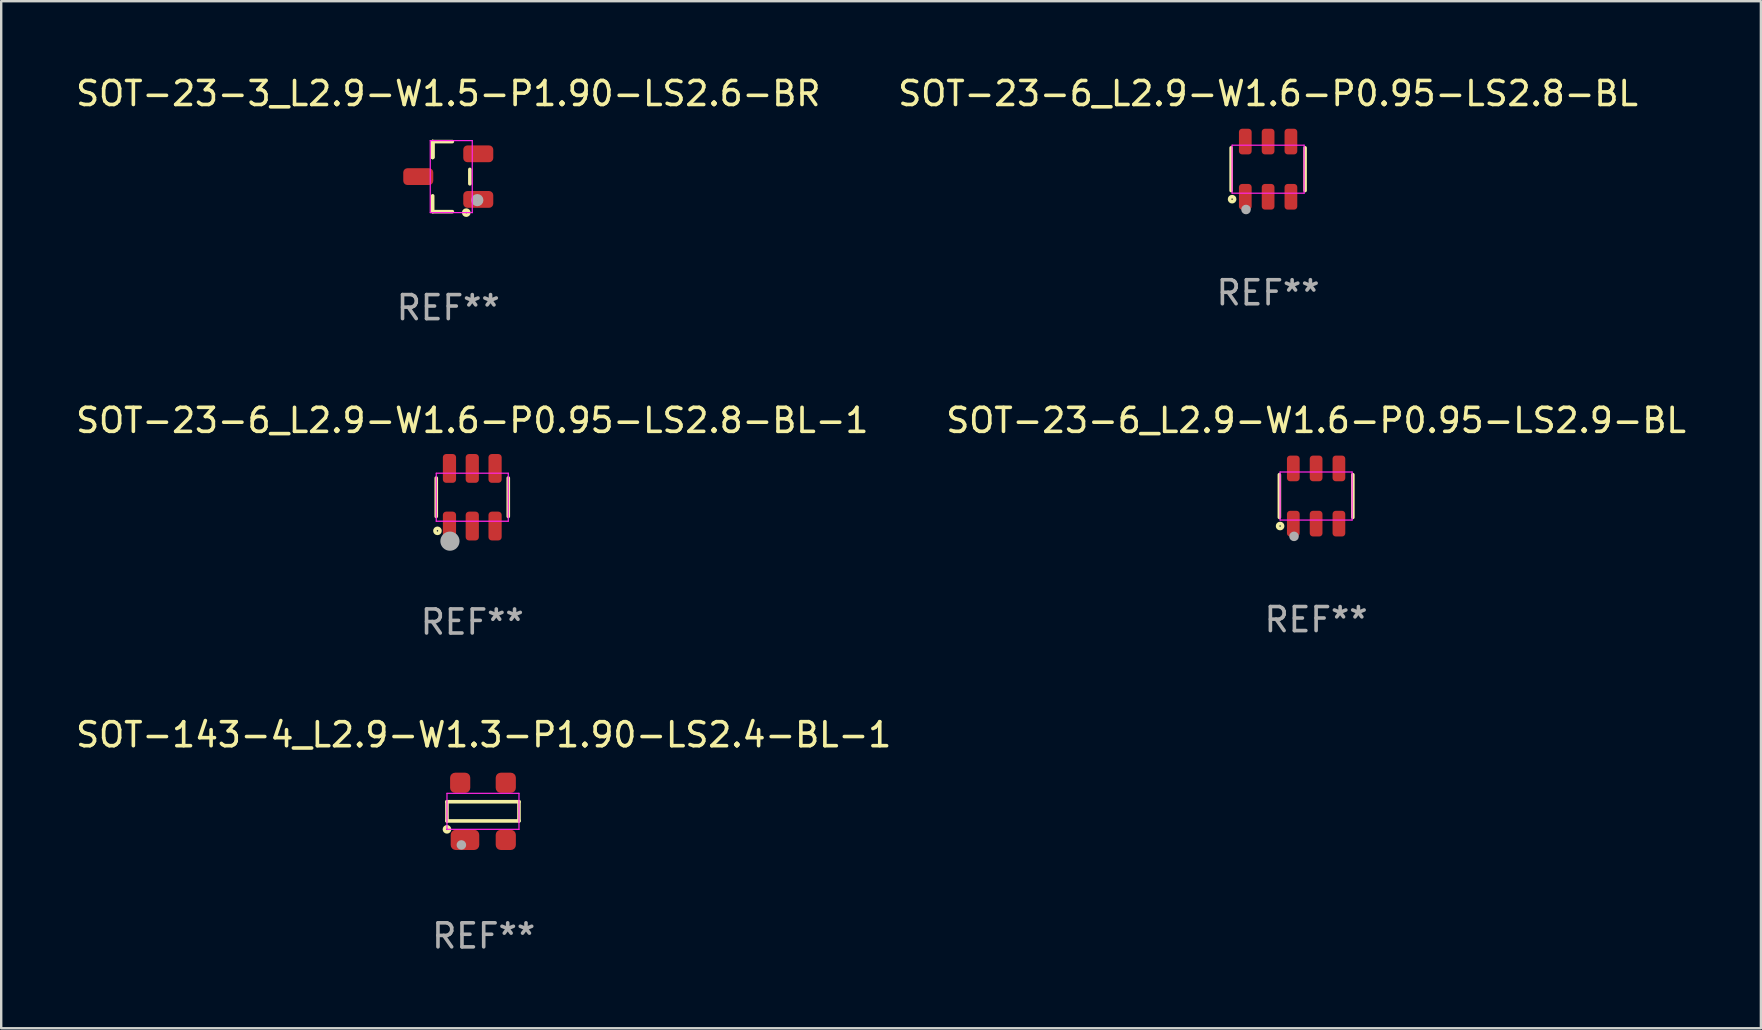
<source format=kicad_pcb>
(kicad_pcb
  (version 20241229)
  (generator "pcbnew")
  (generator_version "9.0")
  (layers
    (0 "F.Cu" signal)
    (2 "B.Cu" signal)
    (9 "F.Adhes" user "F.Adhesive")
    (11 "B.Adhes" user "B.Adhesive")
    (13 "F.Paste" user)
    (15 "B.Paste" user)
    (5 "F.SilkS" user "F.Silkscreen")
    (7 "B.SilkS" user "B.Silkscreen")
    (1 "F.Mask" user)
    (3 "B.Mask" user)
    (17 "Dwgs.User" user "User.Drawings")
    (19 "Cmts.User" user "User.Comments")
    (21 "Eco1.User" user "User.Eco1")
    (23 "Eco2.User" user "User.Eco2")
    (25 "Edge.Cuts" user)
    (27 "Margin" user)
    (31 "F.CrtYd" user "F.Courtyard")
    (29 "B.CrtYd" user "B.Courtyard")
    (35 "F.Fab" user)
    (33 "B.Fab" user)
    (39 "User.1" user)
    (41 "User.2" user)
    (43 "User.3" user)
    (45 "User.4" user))
  (footprint "SOT-23-6_L2.9-W1.6-P0.95-LS2.8-BL"
    (layer "F.Cu")
    (at 49.78 3.998)
    (property "Reference" "SOT-23-6_L2.9-W1.6-P0.95-LS2.8-BL" (at 0 -3.15 0) (layer "F.SilkS") (effects (font (size 1 1) (thickness 0.15))))
    (attr smd)
    (fp_line (start -1.54 0.89) (end -1.54 -0.89) (stroke (width 0.15) (type solid)) (layer "F.SilkS"))
    (fp_line (start 1.54 0.89) (end 1.54 -0.89) (stroke (width 0.15) (type solid)) (layer "F.SilkS"))
    (fp_circle (center -1.5 1.25) (end -1.47 1.25) (stroke (width 0.15) (type solid)) (fill no) (layer "F.SilkS"))
    (fp_line (start -1.5 -1) (end 1.5 -1) (stroke (width 0.05) (type default)) (layer "F.CrtYd"))
    (fp_line (start -1.5 1) (end -1.5 -1) (stroke (width 0.05) (type default)) (layer "F.CrtYd"))
    (fp_line (start 1.5 -1) (end 1.5 1) (stroke (width 0.05) (type default)) (layer "F.CrtYd"))
    (fp_line (start 1.5 1) (end -1.5 1) (stroke (width 0.05) (type default)) (layer "F.CrtYd"))
    (fp_circle (center -0.92 1.68) (end -0.82 1.68) (stroke (width 0.2) (type solid)) (fill no) (layer "F.Fab"))
    (fp_text user "REF**" (at 0 5.15 0) (layer "F.Fab") (effects (font (size 1 1) (thickness 0.15))))
    (pad "1" smd roundrect (at -0.95 1.15) (size 0.53 1.07) (layers "F.Cu" "F.Mask" "F.Paste") (roundrect_rratio 0.25))
    (pad "2" smd roundrect (at 0 1.15) (size 0.53 1.07) (layers "F.Cu" "F.Mask" "F.Paste") (roundrect_rratio 0.25))
    (pad "3" smd roundrect (at 0.95 1.15) (size 0.53 1.07) (layers "F.Cu" "F.Mask" "F.Paste") (roundrect_rratio 0.25))
    (pad "4" smd roundrect (at 0.95 -1.15) (size 0.53 1.07) (layers "F.Cu" "F.Mask" "F.Paste") (roundrect_rratio 0.25))
    (pad "5" smd roundrect (at 0 -1.15) (size 0.53 1.07) (layers "F.Cu" "F.Mask" "F.Paste") (roundrect_rratio 0.25))
    (pad "6" smd roundrect (at -0.95 -1.15) (size 0.53 1.07) (layers "F.Cu" "F.Mask" "F.Paste") (roundrect_rratio 0.25)))
  (footprint "SOT-23-6_L2.9-W1.6-P0.95-LS2.9-BL"
    (layer "F.Cu")
    (at 51.78 17.615)
    (property "Reference" "SOT-23-6_L2.9-W1.6-P0.95-LS2.9-BL" (at 0 -3.15 0) (layer "F.SilkS") (effects (font (size 1 1) (thickness 0.15))))
    (attr smd)
    (fp_line (start -1.53 0.89) (end -1.53 -0.89) (stroke (width 0.15) (type solid)) (layer "F.SilkS"))
    (fp_line (start 1.53 0.89) (end 1.53 -0.89) (stroke (width 0.15) (type solid)) (layer "F.SilkS"))
    (fp_circle (center -1.5 1.25) (end -1.47 1.25) (stroke (width 0.15) (type solid)) (fill no) (layer "F.SilkS"))
    (fp_line (start -1.5 -1) (end 1.5 -1) (stroke (width 0.05) (type default)) (layer "F.CrtYd"))
    (fp_line (start -1.5 1) (end -1.5 -1) (stroke (width 0.05) (type default)) (layer "F.CrtYd"))
    (fp_line (start 1.5 -1) (end 1.5 1) (stroke (width 0.05) (type default)) (layer "F.CrtYd"))
    (fp_line (start 1.5 1) (end -1.5 1) (stroke (width 0.05) (type default)) (layer "F.CrtYd"))
    (fp_circle (center -0.92 1.68) (end -0.82 1.68) (stroke (width 0.2) (type solid)) (fill no) (layer "F.Fab"))
    (fp_text user "REF**" (at 0 5.15 0) (layer "F.Fab") (effects (font (size 1 1) (thickness 0.15))))
    (pad "1" smd roundrect (at -0.95 1.15) (size 0.53 1.07) (layers "F.Cu" "F.Mask" "F.Paste") (roundrect_rratio 0.25))
    (pad "2" smd roundrect (at 0 1.15) (size 0.53 1.07) (layers "F.Cu" "F.Mask" "F.Paste") (roundrect_rratio 0.25))
    (pad "3" smd roundrect (at 0.95 1.15) (size 0.53 1.07) (layers "F.Cu" "F.Mask" "F.Paste") (roundrect_rratio 0.25))
    (pad "4" smd roundrect (at 0.95 -1.15) (size 0.53 1.07) (layers "F.Cu" "F.Mask" "F.Paste") (roundrect_rratio 0.25))
    (pad "5" smd roundrect (at 0 -1.15) (size 0.53 1.07) (layers "F.Cu" "F.Mask" "F.Paste") (roundrect_rratio 0.25))
    (pad "6" smd roundrect (at -0.95 -1.15) (size 0.53 1.07) (layers "F.Cu" "F.Mask" "F.Paste") (roundrect_rratio 0.25)))
  (footprint "SOT-23-6_L2.9-W1.6-P0.95-LS2.8-BL-1"
    (layer "F.Cu")
    (at 16.625 17.665)
    (property "Reference" "SOT-23-6_L2.9-W1.6-P0.95-LS2.8-BL-1" (at 0 -3.2 0) (layer "F.SilkS") (effects (font (size 1 1) (thickness 0.15))))
    (attr smd)
    (fp_line (start -1.5 0.8) (end -1.5 -0.8) (stroke (width 0.15) (type solid)) (layer "F.SilkS"))
    (fp_line (start 1.5 -0.8) (end 1.5 0.8) (stroke (width 0.15) (type solid)) (layer "F.SilkS"))
    (fp_circle (center -1.45 1.4) (end -1.42 1.4) (stroke (width 0.15) (type solid)) (fill no) (layer "F.SilkS"))
    (fp_line (start -1.5 -1) (end 1.5 -1) (stroke (width 0.05) (type default)) (layer "F.CrtYd"))
    (fp_line (start -1.5 1) (end -1.5 -1) (stroke (width 0.05) (type default)) (layer "F.CrtYd"))
    (fp_line (start 1.5 -1) (end 1.5 1) (stroke (width 0.05) (type default)) (layer "F.CrtYd"))
    (fp_line (start 1.5 1) (end -1.5 1) (stroke (width 0.05) (type default)) (layer "F.CrtYd"))
    (fp_circle (center -0.93 1.83) (end -0.73 1.83) (stroke (width 0.4) (type solid)) (fill no) (layer "F.Fab"))
    (fp_text user "REF**" (at 0 5.2 0) (layer "F.Fab") (effects (font (size 1 1) (thickness 0.15))))
    (pad "1" smd roundrect (at -0.95 1.2) (size 0.55 1.2) (layers "F.Cu" "F.Mask" "F.Paste") (roundrect_rratio 0.25))
    (pad "2" smd roundrect (at 0 1.2) (size 0.55 1.2) (layers "F.Cu" "F.Mask" "F.Paste") (roundrect_rratio 0.25))
    (pad "3" smd roundrect (at 0.95 1.2) (size 0.55 1.2) (layers "F.Cu" "F.Mask" "F.Paste") (roundrect_rratio 0.25))
    (pad "4" smd roundrect (at 0.95 -1.2) (size 0.55 1.2) (layers "F.Cu" "F.Mask" "F.Paste") (roundrect_rratio 0.25))
    (pad "5" smd roundrect (at 0 -1.2) (size 0.55 1.2) (layers "F.Cu" "F.Mask" "F.Paste") (roundrect_rratio 0.25))
    (pad "6" smd roundrect (at -0.95 -1.2) (size 0.55 1.2) (layers "F.Cu" "F.Mask" "F.Paste") (roundrect_rratio 0.25)))
  (footprint "SOT-23-3_L2.9-W1.5-P1.90-LS2.6-BR"
    (layer "F.Cu")
    (at 15.625 4.308)
    (property "Reference" "SOT-23-3_L2.9-W1.5-P1.90-LS2.6-BR" (at 0 -3.46 0) (layer "F.SilkS") (effects (font (size 1 1) (thickness 0.15))))
    (attr smd)
    (fp_line (start -0.65 -1.46) (end -0.65 -0.8) (stroke (width 0.15) (type solid)) (layer "F.SilkS"))
    (fp_line (start -0.65 -1.46) (end 0.17 -1.46) (stroke (width 0.15) (type solid)) (layer "F.SilkS"))
    (fp_line (start -0.65 -0.8) (end -0.65 -1.46) (stroke (width 0.15) (type solid)) (layer "F.SilkS"))
    (fp_line (start -0.65 -0.8) (end -0.65 -1.46) (stroke (width 0.15) (type solid)) (layer "F.SilkS"))
    (fp_line (start -0.65 1.46) (end -0.65 0.8) (stroke (width 0.15) (type solid)) (layer "F.SilkS"))
    (fp_line (start 0.17 1.46) (end -0.65 1.46) (stroke (width 0.15) (type solid)) (layer "F.SilkS"))
    (fp_line (start 0.9 0.3) (end 0.9 -0.3) (stroke (width 0.15) (type solid)) (layer "F.SilkS"))
    (fp_circle (center 0.75 1.5) (end 0.78 1.5) (stroke (width 0.15) (type solid)) (fill no) (layer "F.SilkS"))
    (fp_line (start -0.75 -1.5) (end -0.75 1.5) (stroke (width 0.05) (type default)) (layer "F.CrtYd"))
    (fp_line (start -0.75 1.5) (end 1 1.5) (stroke (width 0.05) (type default)) (layer "F.CrtYd"))
    (fp_line (start 1 -1.5) (end -0.75 -1.5) (stroke (width 0.05) (type default)) (layer "F.CrtYd"))
    (fp_line (start 1 1.5) (end 1 -1.5) (stroke (width 0.05) (type default)) (layer "F.CrtYd"))
    (fp_circle (center 1.21 0.98) (end 1.34 0.98) (stroke (width 0.25) (type solid)) (fill no) (layer "F.Fab"))
    (fp_text user "REF**" (at 0 5.46 0) (layer "F.Fab") (effects (font (size 1 1) (thickness 0.15))))
    (pad "1" smd roundrect (at 1.25 0.95 270) (size 0.7 1.25) (layers "F.Cu" "F.Mask" "F.Paste") (roundrect_rratio 0.25))
    (pad "2" smd roundrect (at 1.25 -0.95 270) (size 0.7 1.25) (layers "F.Cu" "F.Mask" "F.Paste") (roundrect_rratio 0.25))
    (pad "3" smd roundrect (at -1.25 0 270) (size 0.7 1.25) (layers "F.Cu" "F.Mask" "F.Paste") (roundrect_rratio 0.25)))
  (footprint "SOT-143-4_L2.9-W1.3-P1.90-LS2.4-BL-1"
    (layer "F.Cu")
    (at 17.071 30.751)
    (property "Reference" "SOT-143-4_L2.9-W1.3-P1.90-LS2.4-BL-1" (at 0.03 -3.19 0) (layer "F.SilkS") (effects (font (size 1 1) (thickness 0.15))))
    (attr smd)
    (fp_line (start -1.5 -0.4) (end -1.5 0.4) (stroke (width 0.15) (type solid)) (layer "F.SilkS"))
    (fp_line (start -1.5 -0.4) (end 1.5 -0.4) (stroke (width 0.15) (type solid)) (layer "F.SilkS"))
    (fp_line (start -1.5 0.4) (end 1.5 0.4) (stroke (width 0.15) (type solid)) (layer "F.SilkS"))
    (fp_line (start 1.5 -0.4) (end 1.5 0.4) (stroke (width 0.15) (type solid)) (layer "F.SilkS"))
    (fp_circle (center -1.5 0.75) (end -1.47 0.75) (stroke (width 0.15) (type solid)) (fill no) (layer "F.SilkS"))
    (fp_line (start -1.5 -0.75) (end -1.5 0.75) (stroke (width 0.05) (type default)) (layer "F.CrtYd"))
    (fp_line (start -1.5 0.75) (end 1.5 0.75) (stroke (width 0.05) (type default)) (layer "F.CrtYd"))
    (fp_line (start 1.5 -0.75) (end -1.5 -0.75) (stroke (width 0.05) (type default)) (layer "F.CrtYd"))
    (fp_line (start 1.5 0.75) (end 1.5 -0.75) (stroke (width 0.05) (type default)) (layer "F.CrtYd"))
    (fp_circle (center -0.9 1.4) (end -0.8 1.4) (stroke (width 0.2) (type solid)) (fill no) (layer "F.Fab"))
    (fp_text user "REF**" (at 0.03 5.19 0) (layer "F.Fab") (effects (font (size 1 1) (thickness 0.15))))
    (pad "1" smd roundrect (at -0.75 1.19) (size 1.19 0.84) (layers "F.Cu" "F.Mask" "F.Paste") (roundrect_rratio 0.25))
    (pad "2" smd roundrect (at 0.95 1.19) (size 0.84 0.84) (layers "F.Cu" "F.Mask" "F.Paste") (roundrect_rratio 0.25))
    (pad "3" smd roundrect (at -0.95 -1.19) (size 0.84 0.84) (layers "F.Cu" "F.Mask" "F.Paste") (roundrect_rratio 0.25))
    (pad "4" smd roundrect (at 0.95 -1.19) (size 0.84 0.84) (layers "F.Cu" "F.Mask" "F.Paste") (roundrect_rratio 0.25)))
  (gr_rect
    (start -3 -3)
    (end 70.31 39.789)
    (stroke (width 0.1) (type default))
    (fill no)
    (layer "Edge.Cuts")))
</source>
